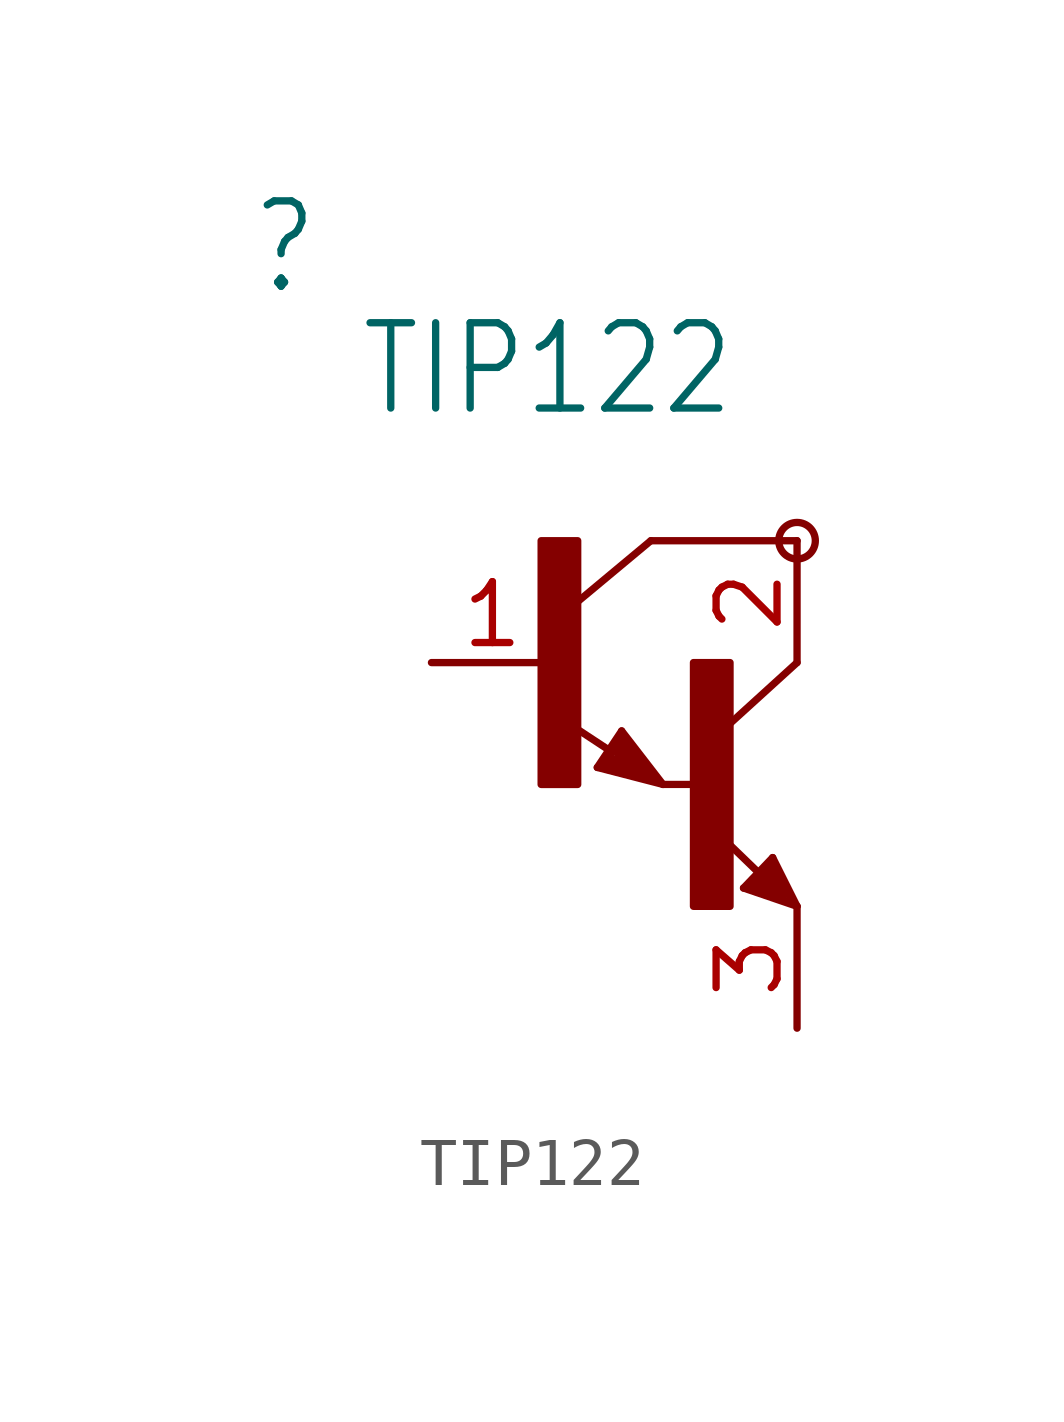
<source format=kicad_sym>
(kicad_symbol_lib
  (version 20211014)
  (generator kicad_symbol_editor)
  (symbol "TIP122"
    (property "Reference" ""
      (at -8.89 7.62 0)
      (effects (font (size 1.778 1.511)) (justify left bottom)))
    (property "Value" "TIP122"
      (at -6.604 5.08 0)
      (effects (font (size 1.778 1.511)) (justify left bottom)))
    (property "ki_locked" ""
      (at 0 0 0)
      (effects (font (size 1.27 1.27))))
    (symbol "TIP122_1_0"
      (rectangle (start -2.794 -2.54) (end -2.032 2.54) (stroke (width 0) (type default) (color 0 0 0 0)) (fill (type outline)))
      (polyline (pts (xy -1.624 -2.186) (xy -1.116 -1.424)) (stroke (width 0.152) (type default) (color 0 0 0 0)) (fill (type none)))
      (polyline (pts (xy -1.524 -2.159) (xy -0.508 -2.413)) (stroke (width 0.127) (type default) (color 0 0 0 0)) (fill (type none)))
      (polyline (pts (xy -1.397 -2.032) (xy -0.635 -2.286)) (stroke (width 0.254) (type default) (color 0 0 0 0)) (fill (type none)))
      (polyline (pts (xy -1.354 -1.84) (xy -2.332 -1.197)) (stroke (width 0.152) (type default) (color 0 0 0 0)) (fill (type none)))
      (polyline (pts (xy -1.143 -1.778) (xy -1.143 -1.905)) (stroke (width 0.254) (type default) (color 0 0 0 0)) (fill (type none)))
      (polyline (pts (xy -1.143 -1.651) (xy -1.397 -2.032)) (stroke (width 0.127) (type default) (color 0 0 0 0)) (fill (type none)))
      (polyline (pts (xy -1.143 -1.524) (xy -1.524 -2.159)) (stroke (width 0.127) (type default) (color 0 0 0 0)) (fill (type none)))
      (polyline (pts (xy -1.116 -1.424) (xy -0.254 -2.54)) (stroke (width 0.152) (type default) (color 0 0 0 0)) (fill (type none)))
      (polyline (pts (xy -0.635 -2.286) (xy -1.143 -1.778)) (stroke (width 0.254) (type default) (color 0 0 0 0)) (fill (type none)))
      (polyline (pts (xy -0.508 -2.413) (xy -1.143 -1.651)) (stroke (width 0.127) (type default) (color 0 0 0 0)) (fill (type none)))
      (polyline (pts (xy -0.508 2.54) (xy -2.032 1.27)) (stroke (width 0.152) (type default) (color 0 0 0 0)) (fill (type none)))
      (polyline (pts (xy -0.381 -2.413) (xy -1.143 -1.524)) (stroke (width 0.127) (type default) (color 0 0 0 0)) (fill (type none)))
      (polyline (pts (xy -0.254 -2.54) (xy -1.624 -2.186)) (stroke (width 0.152) (type default) (color 0 0 0 0)) (fill (type none)))
      (polyline (pts (xy 0.381 -2.54) (xy -0.254 -2.54)) (stroke (width 0.152) (type default) (color 0 0 0 0)) (fill (type none)))
      (polyline (pts (xy 1.424 -4.699) (xy 2.032 -4.064)) (stroke (width 0.152) (type default) (color 0 0 0 0)) (fill (type none)))
      (polyline (pts (xy 1.524 -4.699) (xy 2.286 -4.953)) (stroke (width 0.127) (type default) (color 0 0 0 0)) (fill (type none)))
      (polyline (pts (xy 1.651 -4.699) (xy 2.159 -4.826)) (stroke (width 0.254) (type default) (color 0 0 0 0)) (fill (type none)))
      (polyline (pts (xy 1.74 -4.38) (xy 0.943 -3.61)) (stroke (width 0.152) (type default) (color 0 0 0 0)) (fill (type none)))
      (polyline (pts (xy 2.032 -4.572) (xy 1.905 -4.572)) (stroke (width 0.254) (type default) (color 0 0 0 0)) (fill (type none)))
      (polyline (pts (xy 2.032 -4.318) (xy 1.651 -4.699)) (stroke (width 0.254) (type default) (color 0 0 0 0)) (fill (type none)))
      (polyline (pts (xy 2.032 -4.191) (xy 1.524 -4.699)) (stroke (width 0.127) (type default) (color 0 0 0 0)) (fill (type none)))
      (polyline (pts (xy 2.032 -4.064) (xy 2.54 -5.08)) (stroke (width 0.152) (type default) (color 0 0 0 0)) (fill (type none)))
      (polyline (pts (xy 2.159 -4.826) (xy 2.032 -4.572)) (stroke (width 0.254) (type default) (color 0 0 0 0)) (fill (type none)))
      (polyline (pts (xy 2.286 -4.953) (xy 2.032 -4.318)) (stroke (width 0.127) (type default) (color 0 0 0 0)) (fill (type none)))
      (polyline (pts (xy 2.413 -4.953) (xy 2.032 -4.191)) (stroke (width 0.127) (type default) (color 0 0 0 0)) (fill (type none)))
      (polyline (pts (xy 2.54 -5.08) (xy 1.424 -4.699)) (stroke (width 0.152) (type default) (color 0 0 0 0)) (fill (type none)))
      (polyline (pts (xy 2.54 0) (xy 1.143 -1.27)) (stroke (width 0.152) (type default) (color 0 0 0 0)) (fill (type none)))
      (polyline (pts (xy 2.54 2.54) (xy -0.508 2.54)) (stroke (width 0.152) (type default) (color 0 0 0 0)) (fill (type none)))
      (rectangle (start 0.381 -5.08) (end 1.143 0) (stroke (width 0) (type default) (color 0 0 0 0)) (fill (type outline)))
      (circle (center 2.54 2.54) (radius 0.381) (stroke (width 0) (type default) (color 0 0 0 0)) (fill (type none)))
      (pin passive line (at -5.08 0 0) (length 2.54) (name "B" (effects (font (size 0 0)))) (number "1" (effects (font (size 1.27 1.27)))))
      (pin passive line (at 2.54 2.54 270) (length 2.54) (name "C" (effects (font (size 0 0)))) (number "2" (effects (font (size 1.27 1.27)))))
      (pin passive line (at 2.54 -7.62 90) (length 2.54) (name "E" (effects (font (size 0 0)))) (number "3" (effects (font (size 1.27 1.27))))))))
</source>
